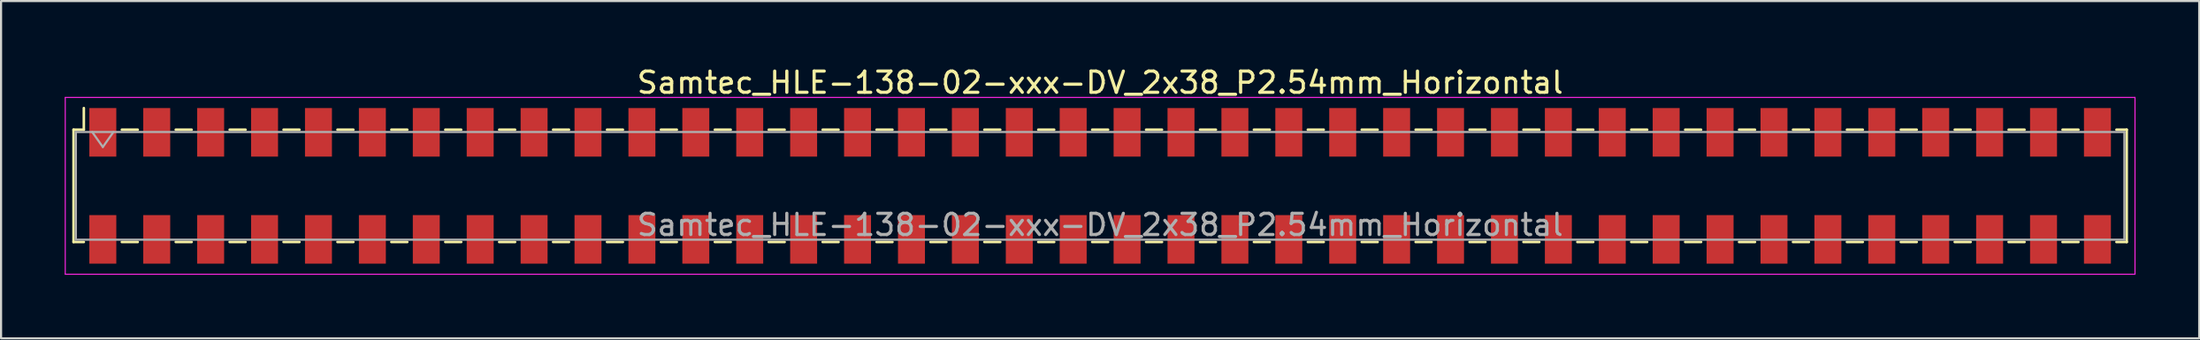
<source format=kicad_pcb>
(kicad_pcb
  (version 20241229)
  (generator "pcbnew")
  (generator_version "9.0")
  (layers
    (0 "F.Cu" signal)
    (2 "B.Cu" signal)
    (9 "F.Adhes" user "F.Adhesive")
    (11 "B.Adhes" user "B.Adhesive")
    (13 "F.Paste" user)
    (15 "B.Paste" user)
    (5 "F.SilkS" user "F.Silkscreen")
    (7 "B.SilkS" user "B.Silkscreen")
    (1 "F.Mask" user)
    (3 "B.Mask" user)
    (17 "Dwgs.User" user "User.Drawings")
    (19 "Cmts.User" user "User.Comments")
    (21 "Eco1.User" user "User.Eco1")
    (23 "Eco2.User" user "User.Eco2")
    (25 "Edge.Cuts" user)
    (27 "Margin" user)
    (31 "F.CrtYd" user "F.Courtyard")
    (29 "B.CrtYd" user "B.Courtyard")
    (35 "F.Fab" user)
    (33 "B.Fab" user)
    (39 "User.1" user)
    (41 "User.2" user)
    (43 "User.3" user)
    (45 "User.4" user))
  (footprint "Samtec_HLE-138-02-xxx-DV_2x38_P2.54mm_Horizontal"
    (layer "F.Cu")
    (at 48.785 5.718)
    (property "Reference" "Samtec_HLE-138-02-xxx-DV_2x38_P2.54mm_Horizontal" (at 0 -4.87 0) (layer "F.SilkS") (effects (font (size 1 1) (thickness 0.15))))
    (attr smd)
    (fp_line (start -48.37 -2.65) (end -48.37 2.65) (stroke (width 0.12) (type solid)) (layer "F.SilkS"))
    (fp_line (start -48.37 2.65) (end -47.885 2.65) (stroke (width 0.12) (type solid)) (layer "F.SilkS"))
    (fp_line (start -47.885 -3.67) (end -47.885 -2.65) (stroke (width 0.12) (type solid)) (layer "F.SilkS"))
    (fp_line (start -47.885 -2.65) (end -48.37 -2.65) (stroke (width 0.12) (type solid)) (layer "F.SilkS"))
    (fp_line (start -46.095 -2.65) (end -45.345 -2.65) (stroke (width 0.12) (type solid)) (layer "F.SilkS"))
    (fp_line (start -46.095 2.65) (end -45.345 2.65) (stroke (width 0.12) (type solid)) (layer "F.SilkS"))
    (fp_line (start -43.555 -2.65) (end -42.805 -2.65) (stroke (width 0.12) (type solid)) (layer "F.SilkS"))
    (fp_line (start -43.555 2.65) (end -42.805 2.65) (stroke (width 0.12) (type solid)) (layer "F.SilkS"))
    (fp_line (start -41.015 -2.65) (end -40.265 -2.65) (stroke (width 0.12) (type solid)) (layer "F.SilkS"))
    (fp_line (start -41.015 2.65) (end -40.265 2.65) (stroke (width 0.12) (type solid)) (layer "F.SilkS"))
    (fp_line (start -38.475 -2.65) (end -37.725 -2.65) (stroke (width 0.12) (type solid)) (layer "F.SilkS"))
    (fp_line (start -38.475 2.65) (end -37.725 2.65) (stroke (width 0.12) (type solid)) (layer "F.SilkS"))
    (fp_line (start -35.935 -2.65) (end -35.185 -2.65) (stroke (width 0.12) (type solid)) (layer "F.SilkS"))
    (fp_line (start -35.935 2.65) (end -35.185 2.65) (stroke (width 0.12) (type solid)) (layer "F.SilkS"))
    (fp_line (start -33.395 -2.65) (end -32.645 -2.65) (stroke (width 0.12) (type solid)) (layer "F.SilkS"))
    (fp_line (start -33.395 2.65) (end -32.645 2.65) (stroke (width 0.12) (type solid)) (layer "F.SilkS"))
    (fp_line (start -30.855 -2.65) (end -30.105 -2.65) (stroke (width 0.12) (type solid)) (layer "F.SilkS"))
    (fp_line (start -30.855 2.65) (end -30.105 2.65) (stroke (width 0.12) (type solid)) (layer "F.SilkS"))
    (fp_line (start -28.315 -2.65) (end -27.565 -2.65) (stroke (width 0.12) (type solid)) (layer "F.SilkS"))
    (fp_line (start -28.315 2.65) (end -27.565 2.65) (stroke (width 0.12) (type solid)) (layer "F.SilkS"))
    (fp_line (start -25.775 -2.65) (end -25.025 -2.65) (stroke (width 0.12) (type solid)) (layer "F.SilkS"))
    (fp_line (start -25.775 2.65) (end -25.025 2.65) (stroke (width 0.12) (type solid)) (layer "F.SilkS"))
    (fp_line (start -23.235 -2.65) (end -22.485 -2.65) (stroke (width 0.12) (type solid)) (layer "F.SilkS"))
    (fp_line (start -23.235 2.65) (end -22.485 2.65) (stroke (width 0.12) (type solid)) (layer "F.SilkS"))
    (fp_line (start -20.695 -2.65) (end -19.945 -2.65) (stroke (width 0.12) (type solid)) (layer "F.SilkS"))
    (fp_line (start -20.695 2.65) (end -19.945 2.65) (stroke (width 0.12) (type solid)) (layer "F.SilkS"))
    (fp_line (start -18.155 -2.65) (end -17.405 -2.65) (stroke (width 0.12) (type solid)) (layer "F.SilkS"))
    (fp_line (start -18.155 2.65) (end -17.405 2.65) (stroke (width 0.12) (type solid)) (layer "F.SilkS"))
    (fp_line (start -15.615 -2.65) (end -14.865 -2.65) (stroke (width 0.12) (type solid)) (layer "F.SilkS"))
    (fp_line (start -15.615 2.65) (end -14.865 2.65) (stroke (width 0.12) (type solid)) (layer "F.SilkS"))
    (fp_line (start -13.075 -2.65) (end -12.325 -2.65) (stroke (width 0.12) (type solid)) (layer "F.SilkS"))
    (fp_line (start -13.075 2.65) (end -12.325 2.65) (stroke (width 0.12) (type solid)) (layer "F.SilkS"))
    (fp_line (start -10.535 -2.65) (end -9.785 -2.65) (stroke (width 0.12) (type solid)) (layer "F.SilkS"))
    (fp_line (start -10.535 2.65) (end -9.785 2.65) (stroke (width 0.12) (type solid)) (layer "F.SilkS"))
    (fp_line (start -7.995 -2.65) (end -7.245 -2.65) (stroke (width 0.12) (type solid)) (layer "F.SilkS"))
    (fp_line (start -7.995 2.65) (end -7.245 2.65) (stroke (width 0.12) (type solid)) (layer "F.SilkS"))
    (fp_line (start -5.455 -2.65) (end -4.705 -2.65) (stroke (width 0.12) (type solid)) (layer "F.SilkS"))
    (fp_line (start -5.455 2.65) (end -4.705 2.65) (stroke (width 0.12) (type solid)) (layer "F.SilkS"))
    (fp_line (start -2.915 -2.65) (end -2.165 -2.65) (stroke (width 0.12) (type solid)) (layer "F.SilkS"))
    (fp_line (start -2.915 2.65) (end -2.165 2.65) (stroke (width 0.12) (type solid)) (layer "F.SilkS"))
    (fp_line (start -0.375 -2.65) (end 0.375 -2.65) (stroke (width 0.12) (type solid)) (layer "F.SilkS"))
    (fp_line (start -0.375 2.65) (end 0.375 2.65) (stroke (width 0.12) (type solid)) (layer "F.SilkS"))
    (fp_line (start 2.165 -2.65) (end 2.915 -2.65) (stroke (width 0.12) (type solid)) (layer "F.SilkS"))
    (fp_line (start 2.165 2.65) (end 2.915 2.65) (stroke (width 0.12) (type solid)) (layer "F.SilkS"))
    (fp_line (start 4.705 -2.65) (end 5.455 -2.65) (stroke (width 0.12) (type solid)) (layer "F.SilkS"))
    (fp_line (start 4.705 2.65) (end 5.455 2.65) (stroke (width 0.12) (type solid)) (layer "F.SilkS"))
    (fp_line (start 7.245 -2.65) (end 7.995 -2.65) (stroke (width 0.12) (type solid)) (layer "F.SilkS"))
    (fp_line (start 7.245 2.65) (end 7.995 2.65) (stroke (width 0.12) (type solid)) (layer "F.SilkS"))
    (fp_line (start 9.785 -2.65) (end 10.535 -2.65) (stroke (width 0.12) (type solid)) (layer "F.SilkS"))
    (fp_line (start 9.785 2.65) (end 10.535 2.65) (stroke (width 0.12) (type solid)) (layer "F.SilkS"))
    (fp_line (start 12.325 -2.65) (end 13.075 -2.65) (stroke (width 0.12) (type solid)) (layer "F.SilkS"))
    (fp_line (start 12.325 2.65) (end 13.075 2.65) (stroke (width 0.12) (type solid)) (layer "F.SilkS"))
    (fp_line (start 14.865 -2.65) (end 15.615 -2.65) (stroke (width 0.12) (type solid)) (layer "F.SilkS"))
    (fp_line (start 14.865 2.65) (end 15.615 2.65) (stroke (width 0.12) (type solid)) (layer "F.SilkS"))
    (fp_line (start 17.405 -2.65) (end 18.155 -2.65) (stroke (width 0.12) (type solid)) (layer "F.SilkS"))
    (fp_line (start 17.405 2.65) (end 18.155 2.65) (stroke (width 0.12) (type solid)) (layer "F.SilkS"))
    (fp_line (start 19.945 -2.65) (end 20.695 -2.65) (stroke (width 0.12) (type solid)) (layer "F.SilkS"))
    (fp_line (start 19.945 2.65) (end 20.695 2.65) (stroke (width 0.12) (type solid)) (layer "F.SilkS"))
    (fp_line (start 22.485 -2.65) (end 23.235 -2.65) (stroke (width 0.12) (type solid)) (layer "F.SilkS"))
    (fp_line (start 22.485 2.65) (end 23.235 2.65) (stroke (width 0.12) (type solid)) (layer "F.SilkS"))
    (fp_line (start 25.025 -2.65) (end 25.775 -2.65) (stroke (width 0.12) (type solid)) (layer "F.SilkS"))
    (fp_line (start 25.025 2.65) (end 25.775 2.65) (stroke (width 0.12) (type solid)) (layer "F.SilkS"))
    (fp_line (start 27.565 -2.65) (end 28.315 -2.65) (stroke (width 0.12) (type solid)) (layer "F.SilkS"))
    (fp_line (start 27.565 2.65) (end 28.315 2.65) (stroke (width 0.12) (type solid)) (layer "F.SilkS"))
    (fp_line (start 30.105 -2.65) (end 30.855 -2.65) (stroke (width 0.12) (type solid)) (layer "F.SilkS"))
    (fp_line (start 30.105 2.65) (end 30.855 2.65) (stroke (width 0.12) (type solid)) (layer "F.SilkS"))
    (fp_line (start 32.645 -2.65) (end 33.395 -2.65) (stroke (width 0.12) (type solid)) (layer "F.SilkS"))
    (fp_line (start 32.645 2.65) (end 33.395 2.65) (stroke (width 0.12) (type solid)) (layer "F.SilkS"))
    (fp_line (start 35.185 -2.65) (end 35.935 -2.65) (stroke (width 0.12) (type solid)) (layer "F.SilkS"))
    (fp_line (start 35.185 2.65) (end 35.935 2.65) (stroke (width 0.12) (type solid)) (layer "F.SilkS"))
    (fp_line (start 37.725 -2.65) (end 38.475 -2.65) (stroke (width 0.12) (type solid)) (layer "F.SilkS"))
    (fp_line (start 37.725 2.65) (end 38.475 2.65) (stroke (width 0.12) (type solid)) (layer "F.SilkS"))
    (fp_line (start 40.265 -2.65) (end 41.015 -2.65) (stroke (width 0.12) (type solid)) (layer "F.SilkS"))
    (fp_line (start 40.265 2.65) (end 41.015 2.65) (stroke (width 0.12) (type solid)) (layer "F.SilkS"))
    (fp_line (start 42.805 -2.65) (end 43.555 -2.65) (stroke (width 0.12) (type solid)) (layer "F.SilkS"))
    (fp_line (start 42.805 2.65) (end 43.555 2.65) (stroke (width 0.12) (type solid)) (layer "F.SilkS"))
    (fp_line (start 45.345 -2.65) (end 46.095 -2.65) (stroke (width 0.12) (type solid)) (layer "F.SilkS"))
    (fp_line (start 45.345 2.65) (end 46.095 2.65) (stroke (width 0.12) (type solid)) (layer "F.SilkS"))
    (fp_line (start 47.885 -2.65) (end 48.37 -2.65) (stroke (width 0.12) (type solid)) (layer "F.SilkS"))
    (fp_line (start 48.37 -2.65) (end 48.37 2.65) (stroke (width 0.12) (type solid)) (layer "F.SilkS"))
    (fp_line (start 48.37 2.65) (end 47.885 2.65) (stroke (width 0.12) (type solid)) (layer "F.SilkS"))
    (fp_line (start -48.76 -4.17) (end 48.76 -4.17) (stroke (width 0.05) (type solid)) (layer "F.CrtYd"))
    (fp_line (start -48.76 4.17) (end -48.76 -4.17) (stroke (width 0.05) (type solid)) (layer "F.CrtYd"))
    (fp_line (start 48.76 -4.17) (end 48.76 4.17) (stroke (width 0.05) (type solid)) (layer "F.CrtYd"))
    (fp_line (start 48.76 4.17) (end -48.76 4.17) (stroke (width 0.05) (type solid)) (layer "F.CrtYd"))
    (fp_line (start -48.26 -2.54) (end 48.26 -2.54) (stroke (width 0.1) (type solid)) (layer "F.Fab"))
    (fp_line (start -48.26 2.54) (end -48.26 -2.54) (stroke (width 0.1) (type solid)) (layer "F.Fab"))
    (fp_line (start -47.49 -2.54) (end -46.99 -1.833) (stroke (width 0.1) (type solid)) (layer "F.Fab"))
    (fp_line (start -46.99 -1.833) (end -46.49 -2.54) (stroke (width 0.1) (type solid)) (layer "F.Fab"))
    (fp_line (start 48.26 -2.54) (end 48.26 2.54) (stroke (width 0.1) (type solid)) (layer "F.Fab"))
    (fp_line (start 48.26 2.54) (end -48.26 2.54) (stroke (width 0.1) (type solid)) (layer "F.Fab"))
    (fp_text user "${REFERENCE}" (at 0 1.84 0) (layer "F.Fab") (effects (font (size 1 1) (thickness 0.15))))
    (pad "1" smd rect (at -46.99 -2.525) (size 1.27 2.29) (layers "F.Cu" "F.Mask" "F.Paste"))
    (pad "2" smd rect (at -46.99 2.525) (size 1.27 2.29) (layers "F.Cu" "F.Mask" "F.Paste"))
    (pad "3" smd rect (at -44.45 -2.525) (size 1.27 2.29) (layers "F.Cu" "F.Mask" "F.Paste"))
    (pad "4" smd rect (at -44.45 2.525) (size 1.27 2.29) (layers "F.Cu" "F.Mask" "F.Paste"))
    (pad "5" smd rect (at -41.91 -2.525) (size 1.27 2.29) (layers "F.Cu" "F.Mask" "F.Paste"))
    (pad "6" smd rect (at -41.91 2.525) (size 1.27 2.29) (layers "F.Cu" "F.Mask" "F.Paste"))
    (pad "7" smd rect (at -39.37 -2.525) (size 1.27 2.29) (layers "F.Cu" "F.Mask" "F.Paste"))
    (pad "8" smd rect (at -39.37 2.525) (size 1.27 2.29) (layers "F.Cu" "F.Mask" "F.Paste"))
    (pad "9" smd rect (at -36.83 -2.525) (size 1.27 2.29) (layers "F.Cu" "F.Mask" "F.Paste"))
    (pad "10" smd rect (at -36.83 2.525) (size 1.27 2.29) (layers "F.Cu" "F.Mask" "F.Paste"))
    (pad "11" smd rect (at -34.29 -2.525) (size 1.27 2.29) (layers "F.Cu" "F.Mask" "F.Paste"))
    (pad "12" smd rect (at -34.29 2.525) (size 1.27 2.29) (layers "F.Cu" "F.Mask" "F.Paste"))
    (pad "13" smd rect (at -31.75 -2.525) (size 1.27 2.29) (layers "F.Cu" "F.Mask" "F.Paste"))
    (pad "14" smd rect (at -31.75 2.525) (size 1.27 2.29) (layers "F.Cu" "F.Mask" "F.Paste"))
    (pad "15" smd rect (at -29.21 -2.525) (size 1.27 2.29) (layers "F.Cu" "F.Mask" "F.Paste"))
    (pad "16" smd rect (at -29.21 2.525) (size 1.27 2.29) (layers "F.Cu" "F.Mask" "F.Paste"))
    (pad "17" smd rect (at -26.67 -2.525) (size 1.27 2.29) (layers "F.Cu" "F.Mask" "F.Paste"))
    (pad "18" smd rect (at -26.67 2.525) (size 1.27 2.29) (layers "F.Cu" "F.Mask" "F.Paste"))
    (pad "19" smd rect (at -24.13 -2.525) (size 1.27 2.29) (layers "F.Cu" "F.Mask" "F.Paste"))
    (pad "20" smd rect (at -24.13 2.525) (size 1.27 2.29) (layers "F.Cu" "F.Mask" "F.Paste"))
    (pad "21" smd rect (at -21.59 -2.525) (size 1.27 2.29) (layers "F.Cu" "F.Mask" "F.Paste"))
    (pad "22" smd rect (at -21.59 2.525) (size 1.27 2.29) (layers "F.Cu" "F.Mask" "F.Paste"))
    (pad "23" smd rect (at -19.05 -2.525) (size 1.27 2.29) (layers "F.Cu" "F.Mask" "F.Paste"))
    (pad "24" smd rect (at -19.05 2.525) (size 1.27 2.29) (layers "F.Cu" "F.Mask" "F.Paste"))
    (pad "25" smd rect (at -16.51 -2.525) (size 1.27 2.29) (layers "F.Cu" "F.Mask" "F.Paste"))
    (pad "26" smd rect (at -16.51 2.525) (size 1.27 2.29) (layers "F.Cu" "F.Mask" "F.Paste"))
    (pad "27" smd rect (at -13.97 -2.525) (size 1.27 2.29) (layers "F.Cu" "F.Mask" "F.Paste"))
    (pad "28" smd rect (at -13.97 2.525) (size 1.27 2.29) (layers "F.Cu" "F.Mask" "F.Paste"))
    (pad "29" smd rect (at -11.43 -2.525) (size 1.27 2.29) (layers "F.Cu" "F.Mask" "F.Paste"))
    (pad "30" smd rect (at -11.43 2.525) (size 1.27 2.29) (layers "F.Cu" "F.Mask" "F.Paste"))
    (pad "31" smd rect (at -8.89 -2.525) (size 1.27 2.29) (layers "F.Cu" "F.Mask" "F.Paste"))
    (pad "32" smd rect (at -8.89 2.525) (size 1.27 2.29) (layers "F.Cu" "F.Mask" "F.Paste"))
    (pad "33" smd rect (at -6.35 -2.525) (size 1.27 2.29) (layers "F.Cu" "F.Mask" "F.Paste"))
    (pad "34" smd rect (at -6.35 2.525) (size 1.27 2.29) (layers "F.Cu" "F.Mask" "F.Paste"))
    (pad "35" smd rect (at -3.81 -2.525) (size 1.27 2.29) (layers "F.Cu" "F.Mask" "F.Paste"))
    (pad "36" smd rect (at -3.81 2.525) (size 1.27 2.29) (layers "F.Cu" "F.Mask" "F.Paste"))
    (pad "37" smd rect (at -1.27 -2.525) (size 1.27 2.29) (layers "F.Cu" "F.Mask" "F.Paste"))
    (pad "38" smd rect (at -1.27 2.525) (size 1.27 2.29) (layers "F.Cu" "F.Mask" "F.Paste"))
    (pad "39" smd rect (at 1.27 -2.525) (size 1.27 2.29) (layers "F.Cu" "F.Mask" "F.Paste"))
    (pad "40" smd rect (at 1.27 2.525) (size 1.27 2.29) (layers "F.Cu" "F.Mask" "F.Paste"))
    (pad "41" smd rect (at 3.81 -2.525) (size 1.27 2.29) (layers "F.Cu" "F.Mask" "F.Paste"))
    (pad "42" smd rect (at 3.81 2.525) (size 1.27 2.29) (layers "F.Cu" "F.Mask" "F.Paste"))
    (pad "43" smd rect (at 6.35 -2.525) (size 1.27 2.29) (layers "F.Cu" "F.Mask" "F.Paste"))
    (pad "44" smd rect (at 6.35 2.525) (size 1.27 2.29) (layers "F.Cu" "F.Mask" "F.Paste"))
    (pad "45" smd rect (at 8.89 -2.525) (size 1.27 2.29) (layers "F.Cu" "F.Mask" "F.Paste"))
    (pad "46" smd rect (at 8.89 2.525) (size 1.27 2.29) (layers "F.Cu" "F.Mask" "F.Paste"))
    (pad "47" smd rect (at 11.43 -2.525) (size 1.27 2.29) (layers "F.Cu" "F.Mask" "F.Paste"))
    (pad "48" smd rect (at 11.43 2.525) (size 1.27 2.29) (layers "F.Cu" "F.Mask" "F.Paste"))
    (pad "49" smd rect (at 13.97 -2.525) (size 1.27 2.29) (layers "F.Cu" "F.Mask" "F.Paste"))
    (pad "50" smd rect (at 13.97 2.525) (size 1.27 2.29) (layers "F.Cu" "F.Mask" "F.Paste"))
    (pad "51" smd rect (at 16.51 -2.525) (size 1.27 2.29) (layers "F.Cu" "F.Mask" "F.Paste"))
    (pad "52" smd rect (at 16.51 2.525) (size 1.27 2.29) (layers "F.Cu" "F.Mask" "F.Paste"))
    (pad "53" smd rect (at 19.05 -2.525) (size 1.27 2.29) (layers "F.Cu" "F.Mask" "F.Paste"))
    (pad "54" smd rect (at 19.05 2.525) (size 1.27 2.29) (layers "F.Cu" "F.Mask" "F.Paste"))
    (pad "55" smd rect (at 21.59 -2.525) (size 1.27 2.29) (layers "F.Cu" "F.Mask" "F.Paste"))
    (pad "56" smd rect (at 21.59 2.525) (size 1.27 2.29) (layers "F.Cu" "F.Mask" "F.Paste"))
    (pad "57" smd rect (at 24.13 -2.525) (size 1.27 2.29) (layers "F.Cu" "F.Mask" "F.Paste"))
    (pad "58" smd rect (at 24.13 2.525) (size 1.27 2.29) (layers "F.Cu" "F.Mask" "F.Paste"))
    (pad "59" smd rect (at 26.67 -2.525) (size 1.27 2.29) (layers "F.Cu" "F.Mask" "F.Paste"))
    (pad "60" smd rect (at 26.67 2.525) (size 1.27 2.29) (layers "F.Cu" "F.Mask" "F.Paste"))
    (pad "61" smd rect (at 29.21 -2.525) (size 1.27 2.29) (layers "F.Cu" "F.Mask" "F.Paste"))
    (pad "62" smd rect (at 29.21 2.525) (size 1.27 2.29) (layers "F.Cu" "F.Mask" "F.Paste"))
    (pad "63" smd rect (at 31.75 -2.525) (size 1.27 2.29) (layers "F.Cu" "F.Mask" "F.Paste"))
    (pad "64" smd rect (at 31.75 2.525) (size 1.27 2.29) (layers "F.Cu" "F.Mask" "F.Paste"))
    (pad "65" smd rect (at 34.29 -2.525) (size 1.27 2.29) (layers "F.Cu" "F.Mask" "F.Paste"))
    (pad "66" smd rect (at 34.29 2.525) (size 1.27 2.29) (layers "F.Cu" "F.Mask" "F.Paste"))
    (pad "67" smd rect (at 36.83 -2.525) (size 1.27 2.29) (layers "F.Cu" "F.Mask" "F.Paste"))
    (pad "68" smd rect (at 36.83 2.525) (size 1.27 2.29) (layers "F.Cu" "F.Mask" "F.Paste"))
    (pad "69" smd rect (at 39.37 -2.525) (size 1.27 2.29) (layers "F.Cu" "F.Mask" "F.Paste"))
    (pad "70" smd rect (at 39.37 2.525) (size 1.27 2.29) (layers "F.Cu" "F.Mask" "F.Paste"))
    (pad "71" smd rect (at 41.91 -2.525) (size 1.27 2.29) (layers "F.Cu" "F.Mask" "F.Paste"))
    (pad "72" smd rect (at 41.91 2.525) (size 1.27 2.29) (layers "F.Cu" "F.Mask" "F.Paste"))
    (pad "73" smd rect (at 44.45 -2.525) (size 1.27 2.29) (layers "F.Cu" "F.Mask" "F.Paste"))
    (pad "74" smd rect (at 44.45 2.525) (size 1.27 2.29) (layers "F.Cu" "F.Mask" "F.Paste"))
    (pad "75" smd rect (at 46.99 -2.525) (size 1.27 2.29) (layers "F.Cu" "F.Mask" "F.Paste"))
    (pad "76" smd rect (at 46.99 2.525) (size 1.27 2.29) (layers "F.Cu" "F.Mask" "F.Paste")))
  (gr_rect
    (start -3 -3)
    (end 100.57 12.913)
    (stroke (width 0.1) (type default))
    (fill no)
    (layer "Edge.Cuts")))
</source>
